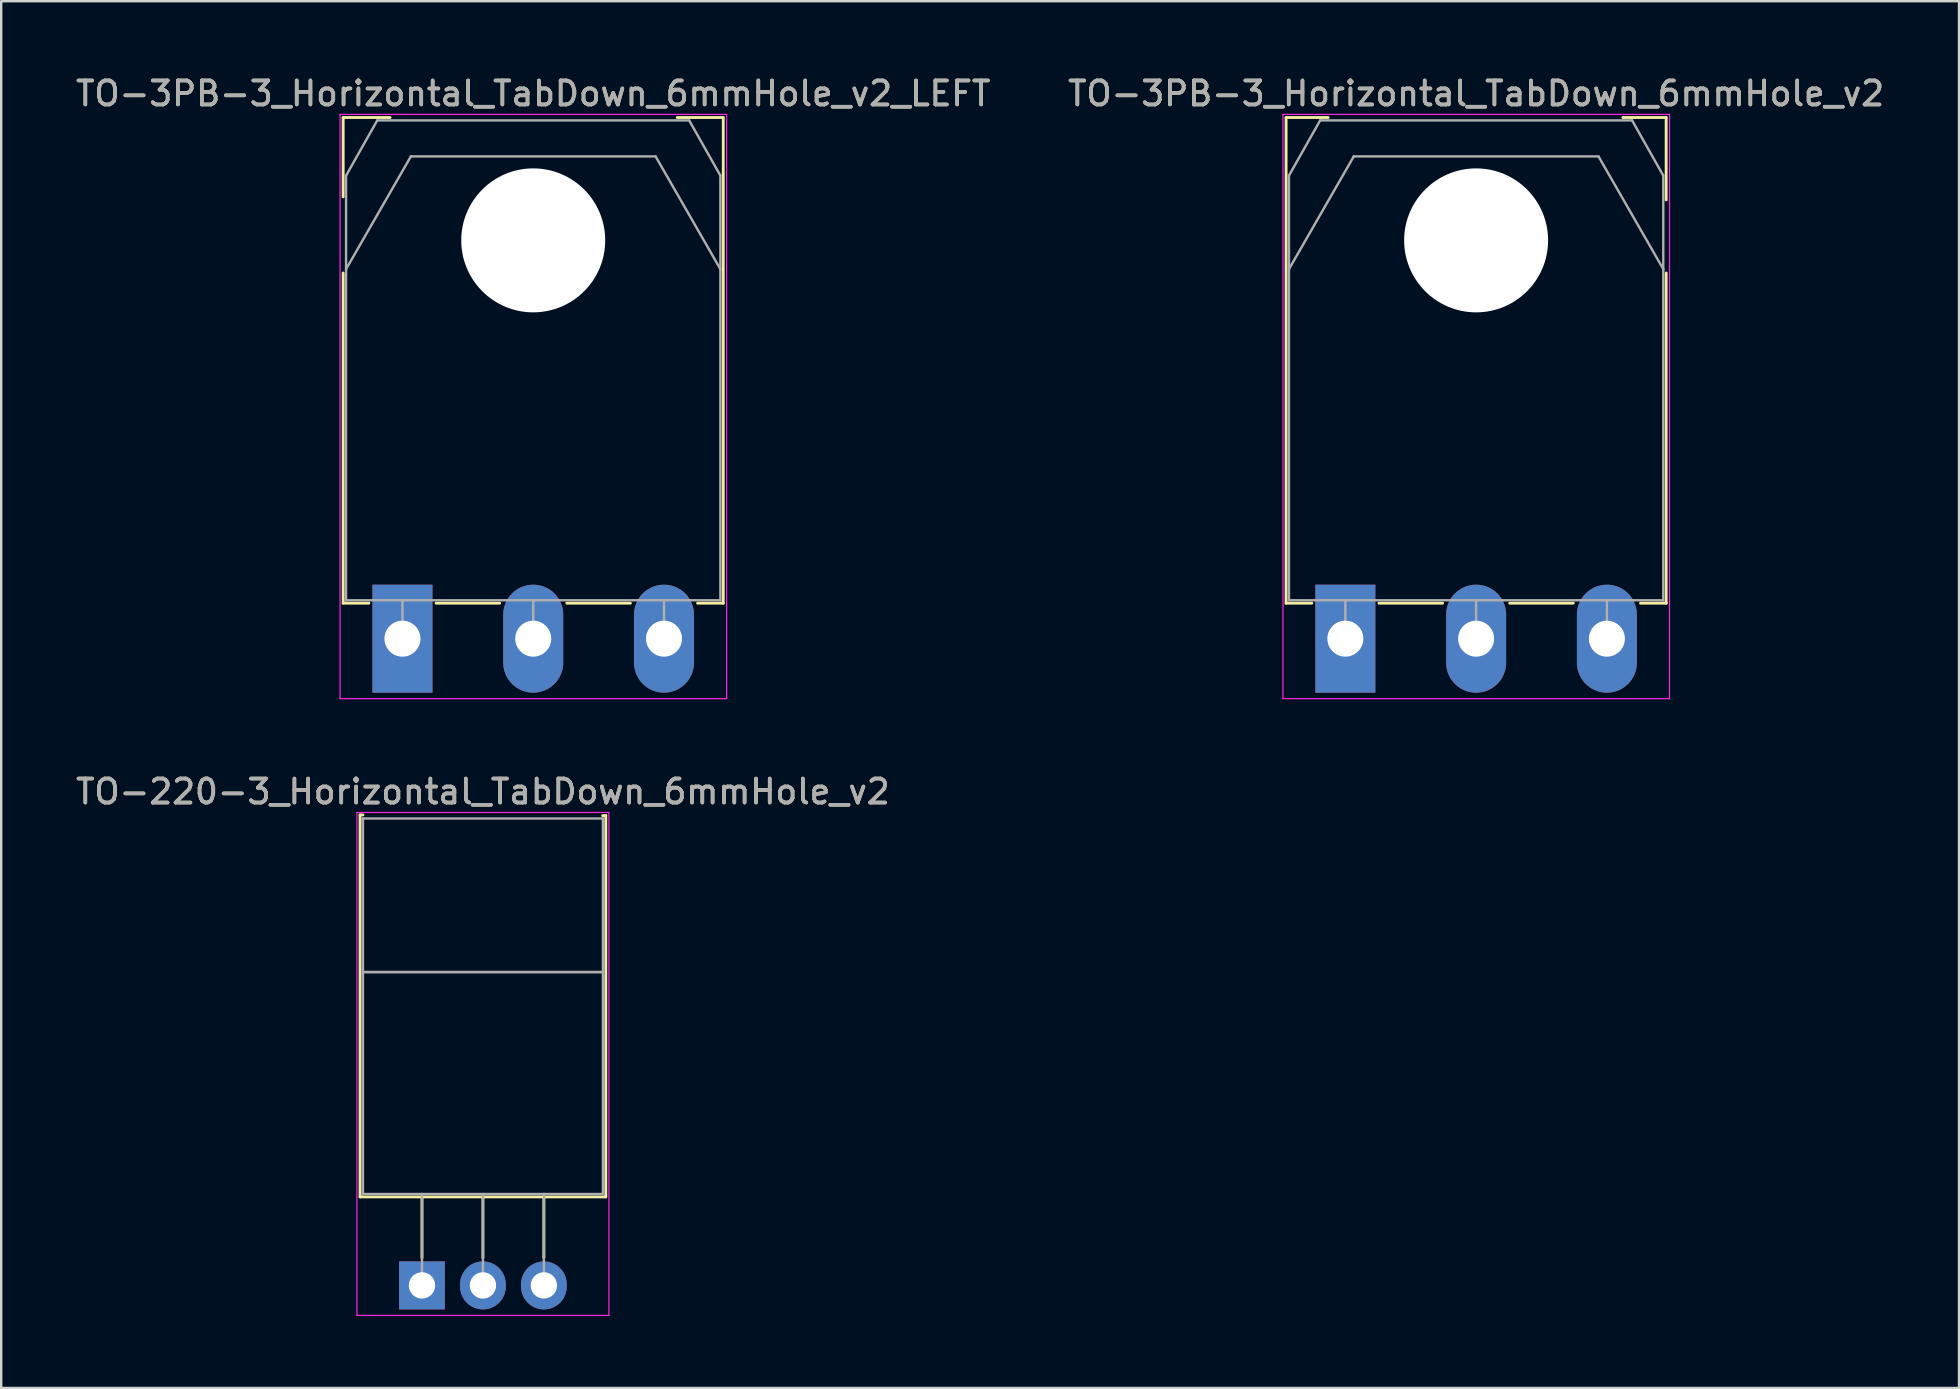
<source format=kicad_pcb>
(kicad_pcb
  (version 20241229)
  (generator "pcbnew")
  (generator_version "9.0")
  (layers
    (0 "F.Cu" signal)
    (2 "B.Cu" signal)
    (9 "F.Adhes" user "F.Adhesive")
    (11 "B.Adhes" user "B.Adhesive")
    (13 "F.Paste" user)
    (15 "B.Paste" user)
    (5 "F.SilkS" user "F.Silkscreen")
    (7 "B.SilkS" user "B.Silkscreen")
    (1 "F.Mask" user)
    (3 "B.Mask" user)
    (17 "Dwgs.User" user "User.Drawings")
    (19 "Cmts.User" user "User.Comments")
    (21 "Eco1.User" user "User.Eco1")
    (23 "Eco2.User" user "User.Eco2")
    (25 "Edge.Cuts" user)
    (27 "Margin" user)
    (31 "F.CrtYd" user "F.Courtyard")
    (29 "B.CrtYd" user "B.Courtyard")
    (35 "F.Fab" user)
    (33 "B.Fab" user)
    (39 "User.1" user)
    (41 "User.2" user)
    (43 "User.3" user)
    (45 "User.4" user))
  (footprint "TO-3PB-3_Horizontal_TabDown_6mmHole_v2_LEFT"
    (layer "F.Cu")
    (at 13.723 23.568)
    (property "Reference" "TO-3PB-3_Horizontal_TabDown_6mmHole_v2_LEFT" (at 5.45 -22.72 0) (layer "F.SilkS") (effects (font (size 1 1) (thickness 0.15))))
    (attr through_hole)
    (fp_line (start -2.471 -21.72) (end -2.471 -18.415) (stroke (width 0.12) (type solid)) (layer "F.SilkS"))
    (fp_line (start -2.471 -21.72) (end -0.515 -21.72) (stroke (width 0.12) (type default)) (layer "F.SilkS"))
    (fp_line (start -2.47 -15.24) (end -2.47 -1.48) (stroke (width 0.12) (type solid)) (layer "F.SilkS"))
    (fp_line (start -2.47 -1.48) (end -1.4 -1.48) (stroke (width 0.12) (type solid)) (layer "F.SilkS"))
    (fp_line (start 1.4 -1.48) (end 4.051 -1.48) (stroke (width 0.12) (type solid)) (layer "F.SilkS"))
    (fp_line (start 6.85 -1.48) (end 9.5 -1.48) (stroke (width 0.12) (type solid)) (layer "F.SilkS"))
    (fp_line (start 11.452 -21.72) (end 13.37 -21.72) (stroke (width 0.12) (type default)) (layer "F.SilkS"))
    (fp_line (start 12.3 -1.48) (end 13.37 -1.48) (stroke (width 0.12) (type solid)) (layer "F.SilkS"))
    (fp_line (start 13.37 -21.72) (end 13.37 -1.48) (stroke (width 0.12) (type solid)) (layer "F.SilkS"))
    (fp_line (start -2.6 -21.85) (end -2.6 2.5) (stroke (width 0.05) (type solid)) (layer "F.CrtYd"))
    (fp_line (start -2.6 2.5) (end 13.51 2.5) (stroke (width 0.05) (type solid)) (layer "F.CrtYd"))
    (fp_line (start 13.51 -21.85) (end -2.6 -21.85) (stroke (width 0.05) (type solid)) (layer "F.CrtYd"))
    (fp_line (start 13.51 2.5) (end 13.51 -21.85) (stroke (width 0.05) (type solid)) (layer "F.CrtYd"))
    (fp_line (start -2.35 -19.3) (end -1.05 -21.6) (stroke (width 0.1) (type solid)) (layer "F.Fab"))
    (fp_line (start -2.35 -15.401) (end -2.35 -19.3) (stroke (width 0.1) (type solid)) (layer "F.Fab"))
    (fp_line (start -2.35 -15.401) (end 0.351 -20.1) (stroke (width 0.1) (type solid)) (layer "F.Fab"))
    (fp_line (start -2.35 -1.6) (end -2.35 -15.401) (stroke (width 0.1) (type solid)) (layer "F.Fab"))
    (fp_line (start -1.05 -21.6) (end 11.95 -21.6) (stroke (width 0.1) (type solid)) (layer "F.Fab"))
    (fp_line (start 0 -1.6) (end 0 0) (stroke (width 0.1) (type solid)) (layer "F.Fab"))
    (fp_line (start 0.351 -20.1) (end 10.55 -20.1) (stroke (width 0.1) (type solid)) (layer "F.Fab"))
    (fp_line (start 5.45 -1.6) (end 5.45 0) (stroke (width 0.1) (type solid)) (layer "F.Fab"))
    (fp_line (start 10.55 -20.1) (end 13.25 -15.401) (stroke (width 0.1) (type solid)) (layer "F.Fab"))
    (fp_line (start 10.9 -1.6) (end 10.9 0) (stroke (width 0.1) (type solid)) (layer "F.Fab"))
    (fp_line (start 11.95 -21.6) (end 13.25 -19.3) (stroke (width 0.1) (type solid)) (layer "F.Fab"))
    (fp_line (start 13.25 -19.3) (end 13.25 -15.401) (stroke (width 0.1) (type solid)) (layer "F.Fab"))
    (fp_line (start 13.25 -15.401) (end 13.25 -1.6) (stroke (width 0.1) (type solid)) (layer "F.Fab"))
    (fp_line (start 13.25 -1.6) (end -2.35 -1.6) (stroke (width 0.1) (type solid)) (layer "F.Fab"))
    (fp_circle (center 5.45 -16.6) (end 7.05 -16.6) (stroke (width 0.1) (type solid)) (fill no) (layer "F.Fab"))
    (fp_text user "${REFERENCE}" (at 5.45 -22.72 0) (layer "F.Fab") (effects (font (size 1 1) (thickness 0.15))))
    (pad "" np_thru_hole circle (at 5.45 -16.6) (size 6 6) (drill 6) (layers "*.Cu" "*.Mask"))
    (pad "1" thru_hole rect (at 0 0) (size 2.5 4.5) (drill 1.5) (layers "*.Cu" "*.Mask"))
    (pad "2" thru_hole oval (at 5.45 0) (size 2.5 4.5) (drill 1.5) (layers "*.Cu" "*.Mask"))
    (pad "3" thru_hole oval (at 10.9 0) (size 2.5 4.5) (drill 1.5) (layers "*.Cu" "*.Mask")))
  (footprint "TO-3PB-3_Horizontal_TabDown_6mmHole_v2"
    (layer "F.Cu")
    (at 53.02 23.568)
    (property "Reference" "TO-3PB-3_Horizontal_TabDown_6mmHole_v2" (at 5.45 -22.72 0) (layer "F.SilkS") (effects (font (size 1 1) (thickness 0.15))))
    (attr through_hole)
    (fp_line (start -2.47 -21.72) (end -2.47 -1.48) (stroke (width 0.12) (type solid)) (layer "F.SilkS"))
    (fp_line (start -2.47 -21.72) (end -0.717 -21.72) (stroke (width 0.12) (type default)) (layer "F.SilkS"))
    (fp_line (start -2.47 -1.48) (end -1.4 -1.48) (stroke (width 0.12) (type solid)) (layer "F.SilkS"))
    (fp_line (start 1.4 -1.48) (end 4.051 -1.48) (stroke (width 0.12) (type solid)) (layer "F.SilkS"))
    (fp_line (start 6.85 -1.48) (end 9.5 -1.48) (stroke (width 0.12) (type solid)) (layer "F.SilkS"))
    (fp_line (start 11.567 -21.72) (end 13.37 -21.72) (stroke (width 0.12) (type default)) (layer "F.SilkS"))
    (fp_line (start 12.3 -1.48) (end 13.37 -1.48) (stroke (width 0.12) (type solid)) (layer "F.SilkS"))
    (fp_line (start 13.37 -21.72) (end 13.37 -18.288) (stroke (width 0.12) (type solid)) (layer "F.SilkS"))
    (fp_line (start 13.37 -15.24) (end 13.37 -1.48) (stroke (width 0.12) (type solid)) (layer "F.SilkS"))
    (fp_line (start -2.6 -21.85) (end -2.6 2.5) (stroke (width 0.05) (type solid)) (layer "F.CrtYd"))
    (fp_line (start -2.6 2.5) (end 13.51 2.5) (stroke (width 0.05) (type solid)) (layer "F.CrtYd"))
    (fp_line (start 13.51 -21.85) (end -2.6 -21.85) (stroke (width 0.05) (type solid)) (layer "F.CrtYd"))
    (fp_line (start 13.51 2.5) (end 13.51 -21.85) (stroke (width 0.05) (type solid)) (layer "F.CrtYd"))
    (fp_line (start -2.35 -19.3) (end -1.05 -21.6) (stroke (width 0.1) (type solid)) (layer "F.Fab"))
    (fp_line (start -2.35 -15.401) (end -2.35 -19.3) (stroke (width 0.1) (type solid)) (layer "F.Fab"))
    (fp_line (start -2.35 -15.401) (end 0.351 -20.1) (stroke (width 0.1) (type solid)) (layer "F.Fab"))
    (fp_line (start -2.35 -1.6) (end -2.35 -15.401) (stroke (width 0.1) (type solid)) (layer "F.Fab"))
    (fp_line (start -1.05 -21.6) (end 11.95 -21.6) (stroke (width 0.1) (type solid)) (layer "F.Fab"))
    (fp_line (start 0 -1.6) (end 0 0) (stroke (width 0.1) (type solid)) (layer "F.Fab"))
    (fp_line (start 0.351 -20.1) (end 10.55 -20.1) (stroke (width 0.1) (type solid)) (layer "F.Fab"))
    (fp_line (start 5.45 -1.6) (end 5.45 0) (stroke (width 0.1) (type solid)) (layer "F.Fab"))
    (fp_line (start 10.55 -20.1) (end 13.25 -15.401) (stroke (width 0.1) (type solid)) (layer "F.Fab"))
    (fp_line (start 10.9 -1.6) (end 10.9 0) (stroke (width 0.1) (type solid)) (layer "F.Fab"))
    (fp_line (start 11.95 -21.6) (end 13.25 -19.3) (stroke (width 0.1) (type solid)) (layer "F.Fab"))
    (fp_line (start 13.25 -19.3) (end 13.25 -15.401) (stroke (width 0.1) (type solid)) (layer "F.Fab"))
    (fp_line (start 13.25 -15.401) (end 13.25 -1.6) (stroke (width 0.1) (type solid)) (layer "F.Fab"))
    (fp_line (start 13.25 -1.6) (end -2.35 -1.6) (stroke (width 0.1) (type solid)) (layer "F.Fab"))
    (fp_circle (center 5.45 -16.6) (end 7.05 -16.6) (stroke (width 0.1) (type solid)) (fill no) (layer "F.Fab"))
    (fp_text user "${REFERENCE}" (at 5.45 -22.72 0) (layer "F.Fab") (effects (font (size 1 1) (thickness 0.15))))
    (pad "" np_thru_hole circle (at 5.45 -16.6) (size 6 6) (drill 6) (layers "*.Cu" "*.Mask"))
    (pad "1" thru_hole rect (at 0 0) (size 2.5 4.5) (drill 1.5) (layers "*.Cu" "*.Mask"))
    (pad "2" thru_hole oval (at 5.45 0) (size 2.5 4.5) (drill 1.5) (layers "*.Cu" "*.Mask"))
    (pad "3" thru_hole oval (at 10.9 0) (size 2.5 4.5) (drill 1.5) (layers "*.Cu" "*.Mask")))
  (footprint "TO-220-3_Horizontal_TabDown_6mmHole_v2"
    (layer "F.Cu")
    (at 14.537 50.522)
    (property "Reference" "TO-220-3_Horizontal_TabDown_6mmHole_v2" (at 2.54 -20.58 0) (layer "F.SilkS") (effects (font (size 1 1) (thickness 0.15))))
    (attr through_hole)
    (fp_line (start -2.58 -19.609) (end -2.58 -3.69) (stroke (width 0.12) (type solid)) (layer "F.SilkS"))
    (fp_line (start -2.58 -19.609) (end -2.46 -19.609) (stroke (width 0.12) (type solid)) (layer "F.SilkS"))
    (fp_line (start -2.58 -3.69) (end 7.66 -3.69) (stroke (width 0.12) (type solid)) (layer "F.SilkS"))
    (fp_line (start 0 -3.69) (end 0 -1.15) (stroke (width 0.12) (type solid)) (layer "F.SilkS"))
    (fp_line (start 2.54 -3.69) (end 2.54 -1.15) (stroke (width 0.12) (type solid)) (layer "F.SilkS"))
    (fp_line (start 5.08 -3.69) (end 5.08 -1.15) (stroke (width 0.12) (type solid)) (layer "F.SilkS"))
    (fp_line (start 7.53 -19.58) (end 7.66 -19.58) (stroke (width 0.12) (type solid)) (layer "F.SilkS"))
    (fp_line (start 7.66 -19.58) (end 7.66 -3.69) (stroke (width 0.12) (type solid)) (layer "F.SilkS"))
    (fp_line (start -2.71 -19.71) (end -2.71 1.25) (stroke (width 0.05) (type solid)) (layer "F.CrtYd"))
    (fp_line (start -2.71 1.25) (end 7.79 1.25) (stroke (width 0.05) (type solid)) (layer "F.CrtYd"))
    (fp_line (start 7.79 -19.71) (end -2.71 -19.71) (stroke (width 0.05) (type solid)) (layer "F.CrtYd"))
    (fp_line (start 7.79 1.25) (end 7.79 -19.71) (stroke (width 0.05) (type solid)) (layer "F.CrtYd"))
    (fp_line (start -2.46 -19.46) (end 7.54 -19.46) (stroke (width 0.1) (type solid)) (layer "F.Fab"))
    (fp_line (start -2.46 -13.06) (end -2.46 -19.46) (stroke (width 0.1) (type solid)) (layer "F.Fab"))
    (fp_line (start -2.46 -13.06) (end 7.54 -13.06) (stroke (width 0.1) (type solid)) (layer "F.Fab"))
    (fp_line (start -2.46 -3.81) (end -2.46 -13.06) (stroke (width 0.1) (type solid)) (layer "F.Fab"))
    (fp_line (start 0 -3.81) (end 0 0) (stroke (width 0.1) (type solid)) (layer "F.Fab"))
    (fp_line (start 2.54 -3.81) (end 2.54 0) (stroke (width 0.1) (type solid)) (layer "F.Fab"))
    (fp_line (start 5.08 -3.81) (end 5.08 0) (stroke (width 0.1) (type solid)) (layer "F.Fab"))
    (fp_line (start 7.54 -19.46) (end 7.54 -13.06) (stroke (width 0.1) (type solid)) (layer "F.Fab"))
    (fp_line (start 7.54 -13.06) (end -2.46 -13.06) (stroke (width 0.1) (type solid)) (layer "F.Fab"))
    (fp_line (start 7.54 -13.06) (end 7.54 -3.81) (stroke (width 0.1) (type solid)) (layer "F.Fab"))
    (fp_line (start 7.54 -3.81) (end -2.46 -3.81) (stroke (width 0.1) (type solid)) (layer "F.Fab"))
    (fp_text user "${REFERENCE}" (at 2.54 -20.58 0) (layer "F.Fab") (effects (font (size 1 1) (thickness 0.15))))
    (pad "1" thru_hole rect (at 0 0) (size 1.905 2) (drill 1.1) (layers "*.Cu" "*.Mask"))
    (pad "2" thru_hole oval (at 2.54 0) (size 1.905 2) (drill 1.1) (layers "*.Cu" "*.Mask"))
    (pad "3" thru_hole oval (at 5.08 0) (size 1.905 2) (drill 1.1) (layers "*.Cu" "*.Mask")))
  (gr_rect
    (start -3 -3)
    (end 78.595 54.797)
    (stroke (width 0.1) (type default))
    (fill no)
    (layer "Edge.Cuts")))
</source>
